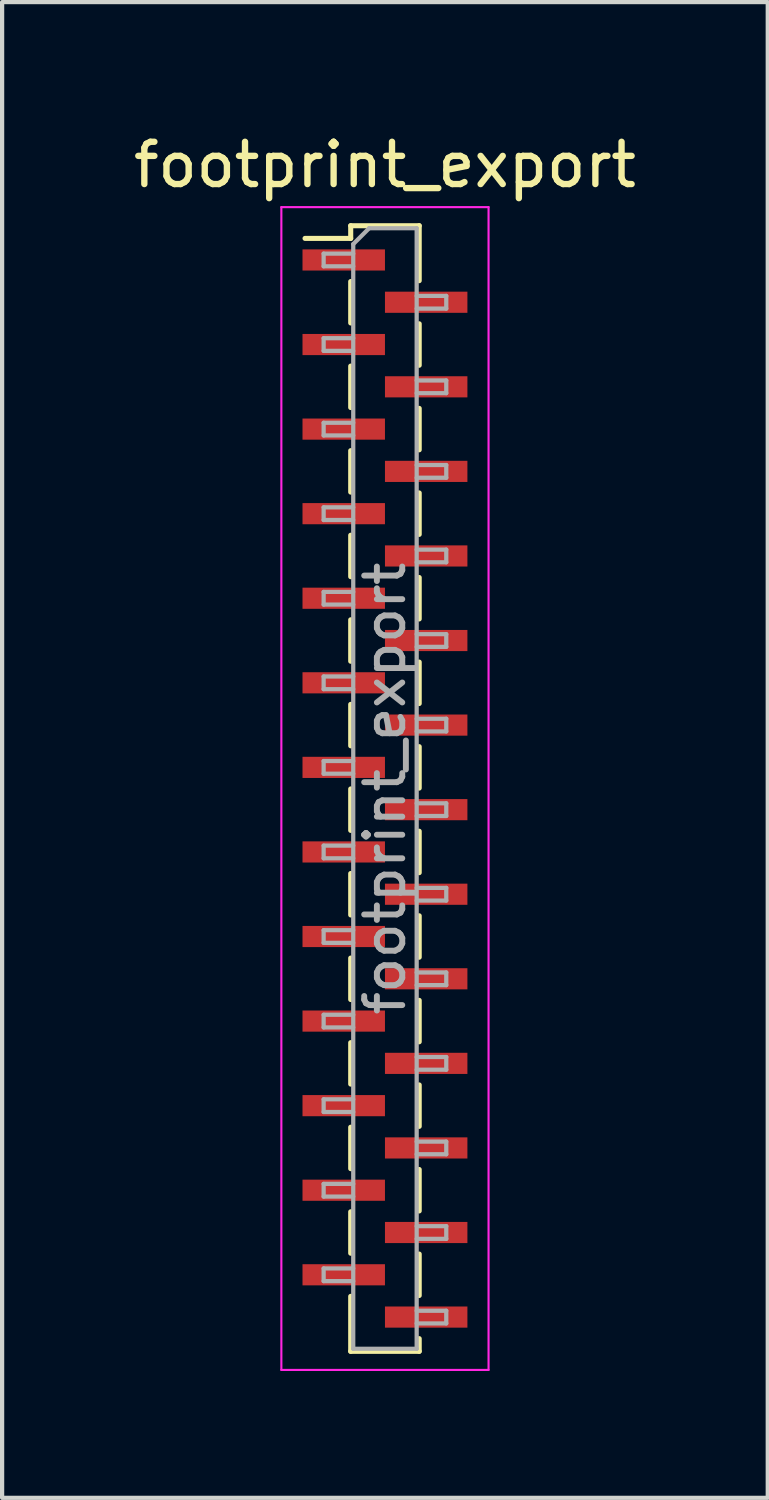
<source format=kicad_pcb>
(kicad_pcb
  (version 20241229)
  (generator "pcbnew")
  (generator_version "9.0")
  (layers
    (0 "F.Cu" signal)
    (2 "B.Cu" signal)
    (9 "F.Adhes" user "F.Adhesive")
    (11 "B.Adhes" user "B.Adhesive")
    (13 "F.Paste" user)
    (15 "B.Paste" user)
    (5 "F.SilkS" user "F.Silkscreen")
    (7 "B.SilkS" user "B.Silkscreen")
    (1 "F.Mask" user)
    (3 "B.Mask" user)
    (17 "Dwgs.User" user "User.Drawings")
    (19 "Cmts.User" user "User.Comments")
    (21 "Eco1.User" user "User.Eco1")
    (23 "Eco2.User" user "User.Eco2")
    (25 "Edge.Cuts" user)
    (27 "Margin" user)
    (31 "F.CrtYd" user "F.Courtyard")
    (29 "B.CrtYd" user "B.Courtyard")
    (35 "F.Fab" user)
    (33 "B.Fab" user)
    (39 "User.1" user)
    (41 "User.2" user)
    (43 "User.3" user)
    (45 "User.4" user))
  (footprint "footprint_export"
    (layer "F.Cu")
    (at 6.054 15.598)
    (property "Reference" "footprint_export" (at 0 -14.75 0) (layer "F.SilkS") (effects (font (size 1 1) (thickness 0.15))))
    (attr smd)
    (fp_line (start -1.89 -13.01) (end -0.81 -13.01) (stroke (width 0.12) (type solid)) (layer "F.SilkS"))
    (fp_line (start -0.81 -13.31) (end -0.81 -13.01) (stroke (width 0.12) (type solid)) (layer "F.SilkS"))
    (fp_line (start -0.81 -13.31) (end 0.81 -13.31) (stroke (width 0.12) (type solid)) (layer "F.SilkS"))
    (fp_line (start -0.81 -11.99) (end -0.81 -11.01) (stroke (width 0.12) (type solid)) (layer "F.SilkS"))
    (fp_line (start -0.81 -9.99) (end -0.81 -9.01) (stroke (width 0.12) (type solid)) (layer "F.SilkS"))
    (fp_line (start -0.81 -7.99) (end -0.81 -7.01) (stroke (width 0.12) (type solid)) (layer "F.SilkS"))
    (fp_line (start -0.81 -5.99) (end -0.81 -5.01) (stroke (width 0.12) (type solid)) (layer "F.SilkS"))
    (fp_line (start -0.81 -3.99) (end -0.81 -3.01) (stroke (width 0.12) (type solid)) (layer "F.SilkS"))
    (fp_line (start -0.81 -1.99) (end -0.81 -1.01) (stroke (width 0.12) (type solid)) (layer "F.SilkS"))
    (fp_line (start -0.81 0.01) (end -0.81 0.99) (stroke (width 0.12) (type solid)) (layer "F.SilkS"))
    (fp_line (start -0.81 2.01) (end -0.81 2.99) (stroke (width 0.12) (type solid)) (layer "F.SilkS"))
    (fp_line (start -0.81 4.01) (end -0.81 4.99) (stroke (width 0.12) (type solid)) (layer "F.SilkS"))
    (fp_line (start -0.81 6.01) (end -0.81 6.99) (stroke (width 0.12) (type solid)) (layer "F.SilkS"))
    (fp_line (start -0.81 8.01) (end -0.81 8.99) (stroke (width 0.12) (type solid)) (layer "F.SilkS"))
    (fp_line (start -0.81 10.01) (end -0.81 10.99) (stroke (width 0.12) (type solid)) (layer "F.SilkS"))
    (fp_line (start -0.81 12.01) (end -0.81 13.31) (stroke (width 0.12) (type solid)) (layer "F.SilkS"))
    (fp_line (start -0.81 13.31) (end 0.81 13.31) (stroke (width 0.12) (type solid)) (layer "F.SilkS"))
    (fp_line (start 0.81 -13.31) (end 0.81 -12.01) (stroke (width 0.12) (type solid)) (layer "F.SilkS"))
    (fp_line (start 0.81 -10.99) (end 0.81 -10.01) (stroke (width 0.12) (type solid)) (layer "F.SilkS"))
    (fp_line (start 0.81 -8.99) (end 0.81 -8.01) (stroke (width 0.12) (type solid)) (layer "F.SilkS"))
    (fp_line (start 0.81 -6.99) (end 0.81 -6.01) (stroke (width 0.12) (type solid)) (layer "F.SilkS"))
    (fp_line (start 0.81 -4.99) (end 0.81 -4.01) (stroke (width 0.12) (type solid)) (layer "F.SilkS"))
    (fp_line (start 0.81 -2.99) (end 0.81 -2.01) (stroke (width 0.12) (type solid)) (layer "F.SilkS"))
    (fp_line (start 0.81 -0.99) (end 0.81 -0.01) (stroke (width 0.12) (type solid)) (layer "F.SilkS"))
    (fp_line (start 0.81 1.01) (end 0.81 1.99) (stroke (width 0.12) (type solid)) (layer "F.SilkS"))
    (fp_line (start 0.81 3.01) (end 0.81 3.99) (stroke (width 0.12) (type solid)) (layer "F.SilkS"))
    (fp_line (start 0.81 5.01) (end 0.81 5.99) (stroke (width 0.12) (type solid)) (layer "F.SilkS"))
    (fp_line (start 0.81 7.01) (end 0.81 7.99) (stroke (width 0.12) (type solid)) (layer "F.SilkS"))
    (fp_line (start 0.81 9.01) (end 0.81 9.99) (stroke (width 0.12) (type solid)) (layer "F.SilkS"))
    (fp_line (start 0.81 11.01) (end 0.81 11.99) (stroke (width 0.12) (type solid)) (layer "F.SilkS"))
    (fp_line (start 0.81 13.01) (end 0.81 13.31) (stroke (width 0.12) (type solid)) (layer "F.SilkS"))
    (fp_line (start -2.45 -13.75) (end 2.45 -13.75) (stroke (width 0.05) (type solid)) (layer "F.CrtYd"))
    (fp_line (start -2.45 13.75) (end -2.45 -13.75) (stroke (width 0.05) (type solid)) (layer "F.CrtYd"))
    (fp_line (start 2.45 -13.75) (end 2.45 13.75) (stroke (width 0.05) (type solid)) (layer "F.CrtYd"))
    (fp_line (start 2.45 13.75) (end -2.45 13.75) (stroke (width 0.05) (type solid)) (layer "F.CrtYd"))
    (fp_line (start -1.45 -12.65) (end -0.75 -12.65) (stroke (width 0.1) (type solid)) (layer "F.Fab"))
    (fp_line (start -1.45 -12.35) (end -1.45 -12.65) (stroke (width 0.1) (type solid)) (layer "F.Fab"))
    (fp_line (start -1.45 -10.65) (end -0.75 -10.65) (stroke (width 0.1) (type solid)) (layer "F.Fab"))
    (fp_line (start -1.45 -10.35) (end -1.45 -10.65) (stroke (width 0.1) (type solid)) (layer "F.Fab"))
    (fp_line (start -1.45 -8.65) (end -0.75 -8.65) (stroke (width 0.1) (type solid)) (layer "F.Fab"))
    (fp_line (start -1.45 -8.35) (end -1.45 -8.65) (stroke (width 0.1) (type solid)) (layer "F.Fab"))
    (fp_line (start -1.45 -6.65) (end -0.75 -6.65) (stroke (width 0.1) (type solid)) (layer "F.Fab"))
    (fp_line (start -1.45 -6.35) (end -1.45 -6.65) (stroke (width 0.1) (type solid)) (layer "F.Fab"))
    (fp_line (start -1.45 -4.65) (end -0.75 -4.65) (stroke (width 0.1) (type solid)) (layer "F.Fab"))
    (fp_line (start -1.45 -4.35) (end -1.45 -4.65) (stroke (width 0.1) (type solid)) (layer "F.Fab"))
    (fp_line (start -1.45 -2.65) (end -0.75 -2.65) (stroke (width 0.1) (type solid)) (layer "F.Fab"))
    (fp_line (start -1.45 -2.35) (end -1.45 -2.65) (stroke (width 0.1) (type solid)) (layer "F.Fab"))
    (fp_line (start -1.45 -0.65) (end -0.75 -0.65) (stroke (width 0.1) (type solid)) (layer "F.Fab"))
    (fp_line (start -1.45 -0.35) (end -1.45 -0.65) (stroke (width 0.1) (type solid)) (layer "F.Fab"))
    (fp_line (start -1.45 1.35) (end -0.75 1.35) (stroke (width 0.1) (type solid)) (layer "F.Fab"))
    (fp_line (start -1.45 1.65) (end -1.45 1.35) (stroke (width 0.1) (type solid)) (layer "F.Fab"))
    (fp_line (start -1.45 3.35) (end -0.75 3.35) (stroke (width 0.1) (type solid)) (layer "F.Fab"))
    (fp_line (start -1.45 3.65) (end -1.45 3.35) (stroke (width 0.1) (type solid)) (layer "F.Fab"))
    (fp_line (start -1.45 5.35) (end -0.75 5.35) (stroke (width 0.1) (type solid)) (layer "F.Fab"))
    (fp_line (start -1.45 5.65) (end -1.45 5.35) (stroke (width 0.1) (type solid)) (layer "F.Fab"))
    (fp_line (start -1.45 7.35) (end -0.75 7.35) (stroke (width 0.1) (type solid)) (layer "F.Fab"))
    (fp_line (start -1.45 7.65) (end -1.45 7.35) (stroke (width 0.1) (type solid)) (layer "F.Fab"))
    (fp_line (start -1.45 9.35) (end -0.75 9.35) (stroke (width 0.1) (type solid)) (layer "F.Fab"))
    (fp_line (start -1.45 9.65) (end -1.45 9.35) (stroke (width 0.1) (type solid)) (layer "F.Fab"))
    (fp_line (start -1.45 11.35) (end -0.75 11.35) (stroke (width 0.1) (type solid)) (layer "F.Fab"))
    (fp_line (start -1.45 11.65) (end -1.45 11.35) (stroke (width 0.1) (type solid)) (layer "F.Fab"))
    (fp_line (start -0.75 -12.875) (end -0.375 -13.25) (stroke (width 0.1) (type solid)) (layer "F.Fab"))
    (fp_line (start -0.75 -12.35) (end -1.45 -12.35) (stroke (width 0.1) (type solid)) (layer "F.Fab"))
    (fp_line (start -0.75 -10.35) (end -1.45 -10.35) (stroke (width 0.1) (type solid)) (layer "F.Fab"))
    (fp_line (start -0.75 -8.35) (end -1.45 -8.35) (stroke (width 0.1) (type solid)) (layer "F.Fab"))
    (fp_line (start -0.75 -6.35) (end -1.45 -6.35) (stroke (width 0.1) (type solid)) (layer "F.Fab"))
    (fp_line (start -0.75 -4.35) (end -1.45 -4.35) (stroke (width 0.1) (type solid)) (layer "F.Fab"))
    (fp_line (start -0.75 -2.35) (end -1.45 -2.35) (stroke (width 0.1) (type solid)) (layer "F.Fab"))
    (fp_line (start -0.75 -0.35) (end -1.45 -0.35) (stroke (width 0.1) (type solid)) (layer "F.Fab"))
    (fp_line (start -0.75 1.65) (end -1.45 1.65) (stroke (width 0.1) (type solid)) (layer "F.Fab"))
    (fp_line (start -0.75 3.65) (end -1.45 3.65) (stroke (width 0.1) (type solid)) (layer "F.Fab"))
    (fp_line (start -0.75 5.65) (end -1.45 5.65) (stroke (width 0.1) (type solid)) (layer "F.Fab"))
    (fp_line (start -0.75 7.65) (end -1.45 7.65) (stroke (width 0.1) (type solid)) (layer "F.Fab"))
    (fp_line (start -0.75 9.65) (end -1.45 9.65) (stroke (width 0.1) (type solid)) (layer "F.Fab"))
    (fp_line (start -0.75 11.65) (end -1.45 11.65) (stroke (width 0.1) (type solid)) (layer "F.Fab"))
    (fp_line (start -0.75 13.25) (end -0.75 -12.875) (stroke (width 0.1) (type solid)) (layer "F.Fab"))
    (fp_line (start -0.375 -13.25) (end 0.75 -13.25) (stroke (width 0.1) (type solid)) (layer "F.Fab"))
    (fp_line (start 0.75 -13.25) (end 0.75 13.25) (stroke (width 0.1) (type solid)) (layer "F.Fab"))
    (fp_line (start 0.75 -11.65) (end 1.45 -11.65) (stroke (width 0.1) (type solid)) (layer "F.Fab"))
    (fp_line (start 0.75 -9.65) (end 1.45 -9.65) (stroke (width 0.1) (type solid)) (layer "F.Fab"))
    (fp_line (start 0.75 -7.65) (end 1.45 -7.65) (stroke (width 0.1) (type solid)) (layer "F.Fab"))
    (fp_line (start 0.75 -5.65) (end 1.45 -5.65) (stroke (width 0.1) (type solid)) (layer "F.Fab"))
    (fp_line (start 0.75 -3.65) (end 1.45 -3.65) (stroke (width 0.1) (type solid)) (layer "F.Fab"))
    (fp_line (start 0.75 -1.65) (end 1.45 -1.65) (stroke (width 0.1) (type solid)) (layer "F.Fab"))
    (fp_line (start 0.75 0.35) (end 1.45 0.35) (stroke (width 0.1) (type solid)) (layer "F.Fab"))
    (fp_line (start 0.75 2.35) (end 1.45 2.35) (stroke (width 0.1) (type solid)) (layer "F.Fab"))
    (fp_line (start 0.75 4.35) (end 1.45 4.35) (stroke (width 0.1) (type solid)) (layer "F.Fab"))
    (fp_line (start 0.75 6.35) (end 1.45 6.35) (stroke (width 0.1) (type solid)) (layer "F.Fab"))
    (fp_line (start 0.75 8.35) (end 1.45 8.35) (stroke (width 0.1) (type solid)) (layer "F.Fab"))
    (fp_line (start 0.75 10.35) (end 1.45 10.35) (stroke (width 0.1) (type solid)) (layer "F.Fab"))
    (fp_line (start 0.75 12.35) (end 1.45 12.35) (stroke (width 0.1) (type solid)) (layer "F.Fab"))
    (fp_line (start 0.75 13.25) (end -0.75 13.25) (stroke (width 0.1) (type solid)) (layer "F.Fab"))
    (fp_line (start 1.45 -11.65) (end 1.45 -11.35) (stroke (width 0.1) (type solid)) (layer "F.Fab"))
    (fp_line (start 1.45 -11.35) (end 0.75 -11.35) (stroke (width 0.1) (type solid)) (layer "F.Fab"))
    (fp_line (start 1.45 -9.65) (end 1.45 -9.35) (stroke (width 0.1) (type solid)) (layer "F.Fab"))
    (fp_line (start 1.45 -9.35) (end 0.75 -9.35) (stroke (width 0.1) (type solid)) (layer "F.Fab"))
    (fp_line (start 1.45 -7.65) (end 1.45 -7.35) (stroke (width 0.1) (type solid)) (layer "F.Fab"))
    (fp_line (start 1.45 -7.35) (end 0.75 -7.35) (stroke (width 0.1) (type solid)) (layer "F.Fab"))
    (fp_line (start 1.45 -5.65) (end 1.45 -5.35) (stroke (width 0.1) (type solid)) (layer "F.Fab"))
    (fp_line (start 1.45 -5.35) (end 0.75 -5.35) (stroke (width 0.1) (type solid)) (layer "F.Fab"))
    (fp_line (start 1.45 -3.65) (end 1.45 -3.35) (stroke (width 0.1) (type solid)) (layer "F.Fab"))
    (fp_line (start 1.45 -3.35) (end 0.75 -3.35) (stroke (width 0.1) (type solid)) (layer "F.Fab"))
    (fp_line (start 1.45 -1.65) (end 1.45 -1.35) (stroke (width 0.1) (type solid)) (layer "F.Fab"))
    (fp_line (start 1.45 -1.35) (end 0.75 -1.35) (stroke (width 0.1) (type solid)) (layer "F.Fab"))
    (fp_line (start 1.45 0.35) (end 1.45 0.65) (stroke (width 0.1) (type solid)) (layer "F.Fab"))
    (fp_line (start 1.45 0.65) (end 0.75 0.65) (stroke (width 0.1) (type solid)) (layer "F.Fab"))
    (fp_line (start 1.45 2.35) (end 1.45 2.65) (stroke (width 0.1) (type solid)) (layer "F.Fab"))
    (fp_line (start 1.45 2.65) (end 0.75 2.65) (stroke (width 0.1) (type solid)) (layer "F.Fab"))
    (fp_line (start 1.45 4.35) (end 1.45 4.65) (stroke (width 0.1) (type solid)) (layer "F.Fab"))
    (fp_line (start 1.45 4.65) (end 0.75 4.65) (stroke (width 0.1) (type solid)) (layer "F.Fab"))
    (fp_line (start 1.45 6.35) (end 1.45 6.65) (stroke (width 0.1) (type solid)) (layer "F.Fab"))
    (fp_line (start 1.45 6.65) (end 0.75 6.65) (stroke (width 0.1) (type solid)) (layer "F.Fab"))
    (fp_line (start 1.45 8.35) (end 1.45 8.65) (stroke (width 0.1) (type solid)) (layer "F.Fab"))
    (fp_line (start 1.45 8.65) (end 0.75 8.65) (stroke (width 0.1) (type solid)) (layer "F.Fab"))
    (fp_line (start 1.45 10.35) (end 1.45 10.65) (stroke (width 0.1) (type solid)) (layer "F.Fab"))
    (fp_line (start 1.45 10.65) (end 0.75 10.65) (stroke (width 0.1) (type solid)) (layer "F.Fab"))
    (fp_line (start 1.45 12.35) (end 1.45 12.65) (stroke (width 0.1) (type solid)) (layer "F.Fab"))
    (fp_line (start 1.45 12.65) (end 0.75 12.65) (stroke (width 0.1) (type solid)) (layer "F.Fab"))
    (fp_text user "${REFERENCE}" (at 0 0 90) (layer "F.Fab") (effects (font (size 0.9 0.9) (thickness 0.14))))
    (pad "1" smd rect (at -0.975 -12.5) (size 1.95 0.5) (layers "F.Cu" "F.Mask" "F.Paste"))
    (pad "2" smd rect (at 0.975 -11.5) (size 1.95 0.5) (layers "F.Cu" "F.Mask" "F.Paste"))
    (pad "3" smd rect (at -0.975 -10.5) (size 1.95 0.5) (layers "F.Cu" "F.Mask" "F.Paste"))
    (pad "4" smd rect (at 0.975 -9.5) (size 1.95 0.5) (layers "F.Cu" "F.Mask" "F.Paste"))
    (pad "5" smd rect (at -0.975 -8.5) (size 1.95 0.5) (layers "F.Cu" "F.Mask" "F.Paste"))
    (pad "6" smd rect (at 0.975 -7.5) (size 1.95 0.5) (layers "F.Cu" "F.Mask" "F.Paste"))
    (pad "7" smd rect (at -0.975 -6.5) (size 1.95 0.5) (layers "F.Cu" "F.Mask" "F.Paste"))
    (pad "8" smd rect (at 0.975 -5.5) (size 1.95 0.5) (layers "F.Cu" "F.Mask" "F.Paste"))
    (pad "9" smd rect (at -0.975 -4.5) (size 1.95 0.5) (layers "F.Cu" "F.Mask" "F.Paste"))
    (pad "10" smd rect (at 0.975 -3.5) (size 1.95 0.5) (layers "F.Cu" "F.Mask" "F.Paste"))
    (pad "11" smd rect (at -0.975 -2.5) (size 1.95 0.5) (layers "F.Cu" "F.Mask" "F.Paste"))
    (pad "12" smd rect (at 0.975 -1.5) (size 1.95 0.5) (layers "F.Cu" "F.Mask" "F.Paste"))
    (pad "13" smd rect (at -0.975 -0.5) (size 1.95 0.5) (layers "F.Cu" "F.Mask" "F.Paste"))
    (pad "14" smd rect (at 0.975 0.5) (size 1.95 0.5) (layers "F.Cu" "F.Mask" "F.Paste"))
    (pad "15" smd rect (at -0.975 1.5) (size 1.95 0.5) (layers "F.Cu" "F.Mask" "F.Paste"))
    (pad "16" smd rect (at 0.975 2.5) (size 1.95 0.5) (layers "F.Cu" "F.Mask" "F.Paste"))
    (pad "17" smd rect (at -0.975 3.5) (size 1.95 0.5) (layers "F.Cu" "F.Mask" "F.Paste"))
    (pad "18" smd rect (at 0.975 4.5) (size 1.95 0.5) (layers "F.Cu" "F.Mask" "F.Paste"))
    (pad "19" smd rect (at -0.975 5.5) (size 1.95 0.5) (layers "F.Cu" "F.Mask" "F.Paste"))
    (pad "20" smd rect (at 0.975 6.5) (size 1.95 0.5) (layers "F.Cu" "F.Mask" "F.Paste"))
    (pad "21" smd rect (at -0.975 7.5) (size 1.95 0.5) (layers "F.Cu" "F.Mask" "F.Paste"))
    (pad "22" smd rect (at 0.975 8.5) (size 1.95 0.5) (layers "F.Cu" "F.Mask" "F.Paste"))
    (pad "23" smd rect (at -0.975 9.5) (size 1.95 0.5) (layers "F.Cu" "F.Mask" "F.Paste"))
    (pad "24" smd rect (at 0.975 10.5) (size 1.95 0.5) (layers "F.Cu" "F.Mask" "F.Paste"))
    (pad "25" smd rect (at -0.975 11.5) (size 1.95 0.5) (layers "F.Cu" "F.Mask" "F.Paste"))
    (pad "26" smd rect (at 0.975 12.5) (size 1.95 0.5) (layers "F.Cu" "F.Mask" "F.Paste")))
  (gr_rect
    (start -3 -3)
    (end 15.107 32.373)
    (stroke (width 0.1) (type default))
    (fill no)
    (layer "Edge.Cuts")))
</source>
